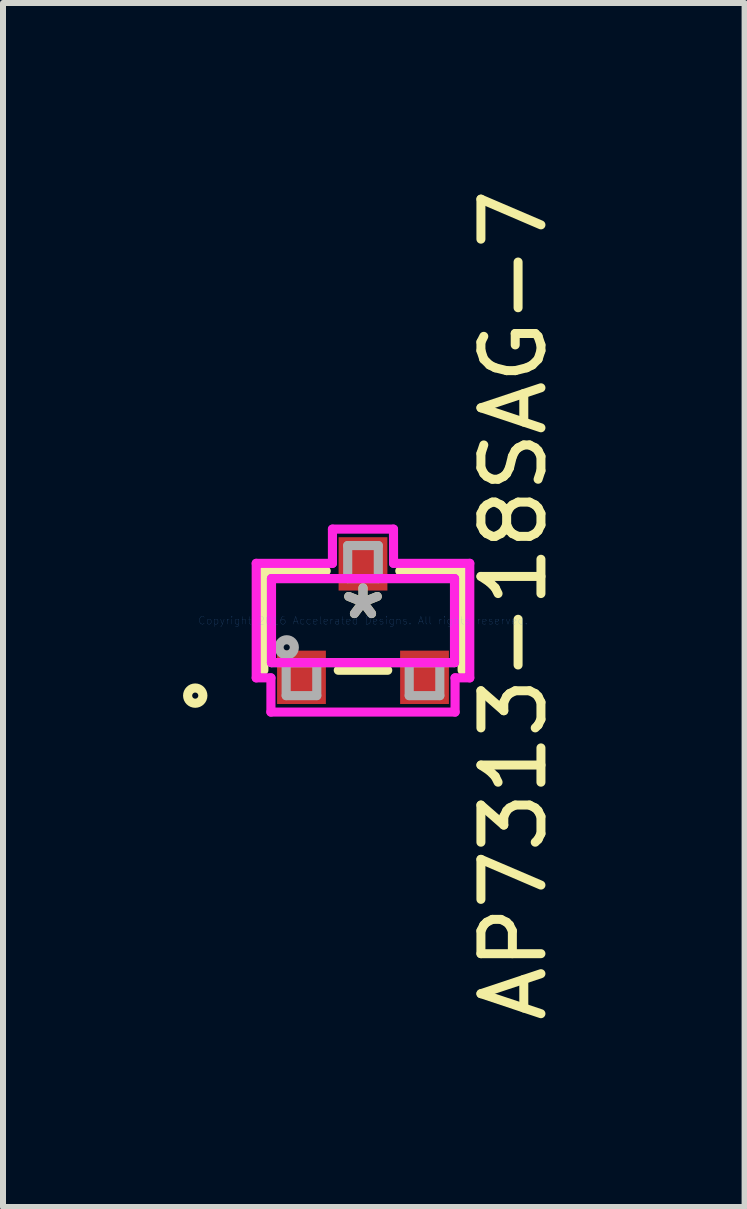
<source format=kicad_pcb>
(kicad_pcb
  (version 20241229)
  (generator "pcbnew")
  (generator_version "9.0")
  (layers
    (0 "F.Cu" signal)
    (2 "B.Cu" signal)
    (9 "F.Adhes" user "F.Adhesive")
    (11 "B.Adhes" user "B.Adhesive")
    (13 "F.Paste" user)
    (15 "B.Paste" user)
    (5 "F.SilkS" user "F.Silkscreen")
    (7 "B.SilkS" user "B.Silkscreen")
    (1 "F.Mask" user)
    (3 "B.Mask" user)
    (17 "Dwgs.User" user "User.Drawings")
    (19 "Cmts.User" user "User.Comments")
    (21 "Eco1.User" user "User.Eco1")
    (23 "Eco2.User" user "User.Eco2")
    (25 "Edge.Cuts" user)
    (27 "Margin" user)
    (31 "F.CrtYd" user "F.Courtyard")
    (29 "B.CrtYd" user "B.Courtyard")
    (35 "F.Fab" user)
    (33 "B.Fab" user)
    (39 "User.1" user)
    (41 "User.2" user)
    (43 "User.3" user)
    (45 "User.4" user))
  (footprint "AP7313-18SAG-7"
    (layer "F.Cu")
    (at 2.998 7.29)
    (property "Reference" "AP7313-18SAG-7" (at 2.51 -0.26 90) (layer "F.SilkS") (effects (font (size 1 1) (thickness 0.15))))
    (attr through_hole)
    (fp_line (start -1.652 -0.827) (end -1.652 0.827) (stroke (width 0.152) (type solid)) (layer "F.SilkS"))
    (fp_line (start -0.613 -0.827) (end -1.652 -0.827) (stroke (width 0.152) (type solid)) (layer "F.SilkS"))
    (fp_line (start -0.412 0.827) (end 0.412 0.827) (stroke (width 0.152) (type solid)) (layer "F.SilkS"))
    (fp_line (start 1.652 -0.827) (end 0.613 -0.827) (stroke (width 0.152) (type solid)) (layer "F.SilkS"))
    (fp_line (start 1.652 0.827) (end 1.652 -0.827) (stroke (width 0.152) (type solid)) (layer "F.SilkS"))
    (fp_circle (center -2.795 1.25) (end -2.668 1.25) (stroke (width 0.152) (type solid)) (fill no) (layer "F.SilkS"))
    (fp_line (start -1.779 -0.954) (end -0.509 -0.954) (stroke (width 0.152) (type solid)) (layer "F.CrtYd"))
    (fp_line (start -1.779 0.954) (end -1.779 -0.954) (stroke (width 0.152) (type solid)) (layer "F.CrtYd"))
    (fp_line (start -1.534 0.954) (end -1.779 0.954) (stroke (width 0.152) (type solid)) (layer "F.CrtYd"))
    (fp_line (start -1.534 1.524) (end -1.534 0.954) (stroke (width 0.152) (type solid)) (layer "F.CrtYd"))
    (fp_line (start -1.525 -0.7) (end 1.525 -0.7) (stroke (width 0.152) (type solid)) (layer "F.CrtYd"))
    (fp_line (start -1.525 0.7) (end -1.525 -0.7) (stroke (width 0.152) (type solid)) (layer "F.CrtYd"))
    (fp_line (start -0.509 -1.524) (end 0.508 -1.524) (stroke (width 0.152) (type solid)) (layer "F.CrtYd"))
    (fp_line (start -0.509 -0.954) (end -0.509 -1.524) (stroke (width 0.152) (type solid)) (layer "F.CrtYd"))
    (fp_line (start 0.508 -1.524) (end 0.509 -0.954) (stroke (width 0.152) (type solid)) (layer "F.CrtYd"))
    (fp_line (start 0.509 -0.954) (end 1.779 -0.954) (stroke (width 0.152) (type solid)) (layer "F.CrtYd"))
    (fp_line (start 1.525 -0.7) (end 1.525 0.7) (stroke (width 0.152) (type solid)) (layer "F.CrtYd"))
    (fp_line (start 1.525 0.7) (end -1.525 0.7) (stroke (width 0.152) (type solid)) (layer "F.CrtYd"))
    (fp_line (start 1.534 0.954) (end 1.534 1.524) (stroke (width 0.152) (type solid)) (layer "F.CrtYd"))
    (fp_line (start 1.534 1.524) (end -1.534 1.524) (stroke (width 0.152) (type solid)) (layer "F.CrtYd"))
    (fp_line (start 1.779 -0.954) (end 1.779 0.954) (stroke (width 0.152) (type solid)) (layer "F.CrtYd"))
    (fp_line (start 1.779 0.954) (end 1.534 0.954) (stroke (width 0.152) (type solid)) (layer "F.CrtYd"))
    (fp_line (start -1.525 -0.7) (end -1.525 0.7) (stroke (width 0.152) (type solid)) (layer "F.Fab"))
    (fp_line (start -1.525 0.7) (end 1.525 0.7) (stroke (width 0.152) (type solid)) (layer "F.Fab"))
    (fp_line (start -1.28 0.7) (end -1.28 1.25) (stroke (width 0.152) (type solid)) (layer "F.Fab"))
    (fp_line (start -1.28 1.25) (end -0.77 1.25) (stroke (width 0.152) (type solid)) (layer "F.Fab"))
    (fp_line (start -0.77 0.7) (end -1.28 0.7) (stroke (width 0.152) (type solid)) (layer "F.Fab"))
    (fp_line (start -0.77 1.25) (end -0.77 0.7) (stroke (width 0.152) (type solid)) (layer "F.Fab"))
    (fp_line (start -0.255 -1.25) (end -0.255 -0.7) (stroke (width 0.152) (type solid)) (layer "F.Fab"))
    (fp_line (start -0.255 -0.7) (end 0.255 -0.7) (stroke (width 0.152) (type solid)) (layer "F.Fab"))
    (fp_line (start 0.255 -1.25) (end -0.255 -1.25) (stroke (width 0.152) (type solid)) (layer "F.Fab"))
    (fp_line (start 0.255 -0.7) (end 0.255 -1.25) (stroke (width 0.152) (type solid)) (layer "F.Fab"))
    (fp_line (start 0.77 0.7) (end 0.77 1.25) (stroke (width 0.152) (type solid)) (layer "F.Fab"))
    (fp_line (start 0.77 1.25) (end 1.28 1.25) (stroke (width 0.152) (type solid)) (layer "F.Fab"))
    (fp_line (start 1.28 0.7) (end 0.77 0.7) (stroke (width 0.152) (type solid)) (layer "F.Fab"))
    (fp_line (start 1.28 1.25) (end 1.28 0.7) (stroke (width 0.152) (type solid)) (layer "F.Fab"))
    (fp_line (start 1.525 -0.7) (end -1.525 -0.7) (stroke (width 0.152) (type solid)) (layer "F.Fab"))
    (fp_line (start 1.525 0.7) (end 1.525 -0.7) (stroke (width 0.152) (type solid)) (layer "F.Fab"))
    (fp_circle (center -1.271 0.446) (end -1.144 0.446) (stroke (width 0.152) (type solid)) (fill no) (layer "F.Fab"))
    (fp_text user "*" (at 0 0 180) (layer "F.SilkS") (effects (font (size 1 1) (thickness 0.15))))
    (fp_text user "Copyright 2016 Accelerated Designs. All rights reserved." (at 0 0 180) (layer "Cmts.User") (effects (font (size 0.127 0.127) (thickness 0.002))))
    (fp_text user "*" (at 0 0 180) (layer "F.Fab") (effects (font (size 1 1) (thickness 0.15))))
    (pad "1" smd rect (at -1.025 0.945) (size 0.813 0.889) (layers "F.Cu" "F.Mask" "F.Paste"))
    (pad "2" smd rect (at 1.025 0.945) (size 0.813 0.889) (layers "F.Cu" "F.Mask" "F.Paste"))
    (pad "3" smd rect (at 0 -0.945) (size 0.813 0.889) (layers "F.Cu" "F.Mask" "F.Paste")))
  (gr_rect
    (start -3 -3)
    (end 9.356 17.06)
    (stroke (width 0.1) (type default))
    (fill no)
    (layer "Edge.Cuts")))
</source>
